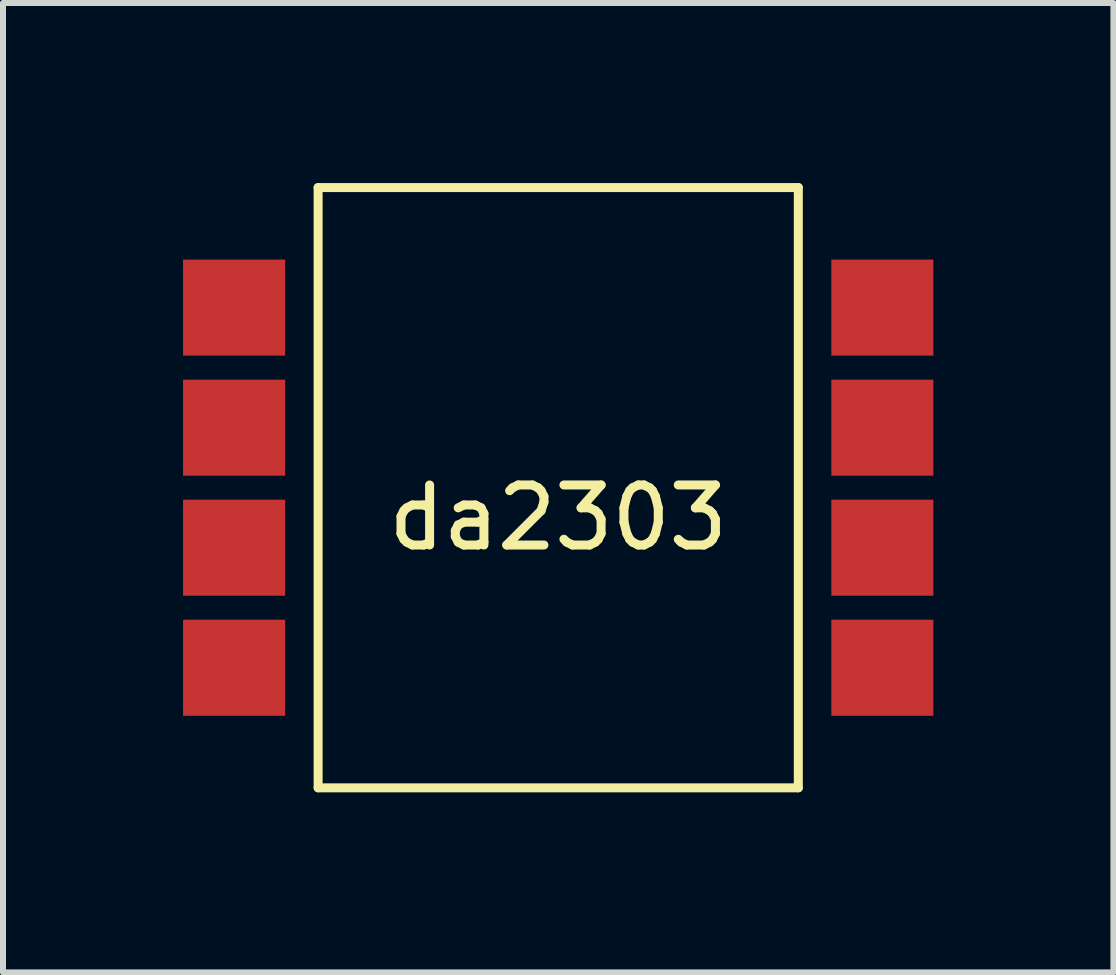
<source format=kicad_pcb>
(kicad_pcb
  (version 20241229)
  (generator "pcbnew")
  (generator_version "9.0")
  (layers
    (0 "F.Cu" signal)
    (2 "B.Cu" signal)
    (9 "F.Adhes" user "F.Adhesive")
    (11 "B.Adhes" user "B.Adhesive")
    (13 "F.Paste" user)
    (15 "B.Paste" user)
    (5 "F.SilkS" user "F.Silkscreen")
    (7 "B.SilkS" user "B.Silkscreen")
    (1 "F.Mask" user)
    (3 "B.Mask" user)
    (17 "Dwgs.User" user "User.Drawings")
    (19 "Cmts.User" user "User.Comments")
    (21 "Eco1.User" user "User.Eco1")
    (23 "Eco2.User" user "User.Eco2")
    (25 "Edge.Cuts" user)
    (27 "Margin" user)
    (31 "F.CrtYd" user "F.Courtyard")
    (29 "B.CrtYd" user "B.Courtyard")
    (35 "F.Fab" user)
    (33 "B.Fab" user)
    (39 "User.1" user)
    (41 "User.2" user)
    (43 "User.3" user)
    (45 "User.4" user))
  (footprint "da2303"
    (layer "F.Cu")
    (at 6.25 5.075)
    (property "Reference" "da2303" (at 0 0.5 0) (layer "F.SilkS") (effects (font (size 1 1) (thickness 0.15))))
    (attr through_hole)
    (fp_line (start -4 -5) (end -4 5) (stroke (width 0.15) (type solid)) (layer "F.SilkS"))
    (fp_line (start -4 5) (end 4 5) (stroke (width 0.15) (type solid)) (layer "F.SilkS"))
    (fp_line (start 4 -5) (end -4 -5) (stroke (width 0.15) (type solid)) (layer "F.SilkS"))
    (fp_line (start 4 5) (end 4 -5) (stroke (width 0.15) (type solid)) (layer "F.SilkS"))
    (pad "1" smd rect (at -5.4 -3) (size 1.7 1.6) (layers "F.Cu" "F.Mask" "F.Paste"))
    (pad "2" smd rect (at -5.4 -1) (size 1.7 1.6) (layers "F.Cu" "F.Mask" "F.Paste"))
    (pad "3" smd rect (at -5.4 1) (size 1.7 1.6) (layers "F.Cu" "F.Mask" "F.Paste"))
    (pad "4" smd rect (at -5.4 3) (size 1.7 1.6) (layers "F.Cu" "F.Mask" "F.Paste"))
    (pad "5" smd rect (at 5.4 3) (size 1.7 1.6) (layers "F.Cu" "F.Mask" "F.Paste"))
    (pad "6" smd rect (at 5.4 1) (size 1.7 1.6) (layers "F.Cu" "F.Mask" "F.Paste"))
    (pad "7" smd rect (at 5.4 -1) (size 1.7 1.6) (layers "F.Cu" "F.Mask" "F.Paste"))
    (pad "8" smd rect (at 5.4 -3) (size 1.7 1.6) (layers "F.Cu" "F.Mask" "F.Paste")))
  (gr_rect
    (start -3 -3)
    (end 15.5 13.15)
    (stroke (width 0.1) (type default))
    (fill no)
    (layer "Edge.Cuts")))
</source>
